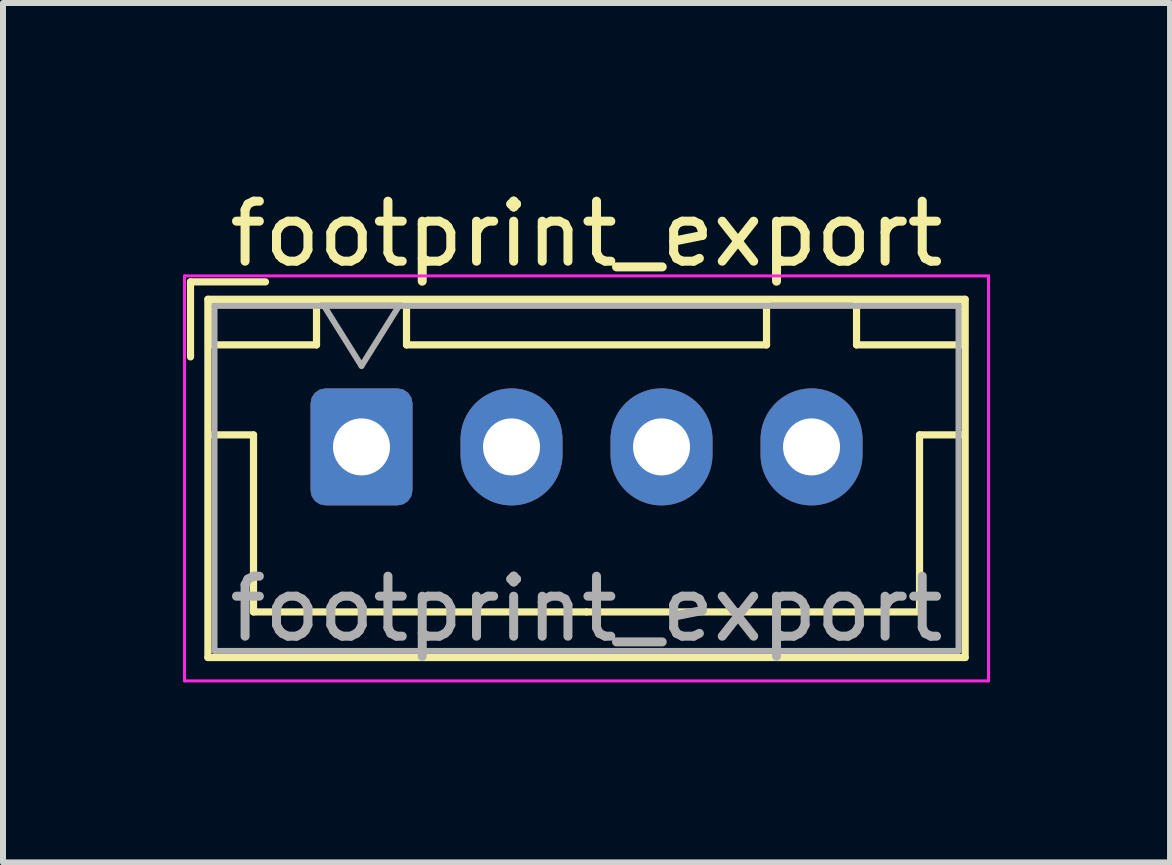
<source format=kicad_pcb>
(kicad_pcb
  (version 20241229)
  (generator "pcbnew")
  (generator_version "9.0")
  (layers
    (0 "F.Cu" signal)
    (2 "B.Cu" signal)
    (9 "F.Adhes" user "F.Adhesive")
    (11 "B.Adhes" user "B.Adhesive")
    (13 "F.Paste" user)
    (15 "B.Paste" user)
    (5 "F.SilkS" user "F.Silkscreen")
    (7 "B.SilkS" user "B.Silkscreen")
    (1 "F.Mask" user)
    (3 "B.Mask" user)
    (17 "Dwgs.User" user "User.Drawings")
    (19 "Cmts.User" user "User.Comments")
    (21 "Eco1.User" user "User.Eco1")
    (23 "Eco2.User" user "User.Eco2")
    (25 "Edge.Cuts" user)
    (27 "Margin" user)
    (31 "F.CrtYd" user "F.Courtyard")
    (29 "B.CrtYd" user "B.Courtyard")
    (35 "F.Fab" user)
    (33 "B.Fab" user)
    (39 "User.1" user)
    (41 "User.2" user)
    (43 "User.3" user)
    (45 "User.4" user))
  (footprint "footprint_export"
    (layer "F.Cu")
    (at 2.975 4.398)
    (property "Reference" "footprint_export" (at 3.75 -3.55 0) (layer "F.SilkS") (effects (font (size 1 1) (thickness 0.15))))
    (attr through_hole)
    (fp_line (start -2.85 -2.75) (end -2.85 -1.5) (stroke (width 0.12) (type solid)) (layer "F.SilkS"))
    (fp_line (start -2.56 -2.46) (end -2.56 3.51) (stroke (width 0.12) (type solid)) (layer "F.SilkS"))
    (fp_line (start -2.56 3.51) (end 10.06 3.51) (stroke (width 0.12) (type solid)) (layer "F.SilkS"))
    (fp_line (start -2.55 -2.45) (end -2.55 -1.7) (stroke (width 0.12) (type solid)) (layer "F.SilkS"))
    (fp_line (start -2.55 -1.7) (end -0.75 -1.7) (stroke (width 0.12) (type solid)) (layer "F.SilkS"))
    (fp_line (start -2.55 -0.2) (end -1.8 -0.2) (stroke (width 0.12) (type solid)) (layer "F.SilkS"))
    (fp_line (start -1.8 -0.2) (end -1.8 2.75) (stroke (width 0.12) (type solid)) (layer "F.SilkS"))
    (fp_line (start -1.8 2.75) (end 3.75 2.75) (stroke (width 0.12) (type solid)) (layer "F.SilkS"))
    (fp_line (start -1.6 -2.75) (end -2.85 -2.75) (stroke (width 0.12) (type solid)) (layer "F.SilkS"))
    (fp_line (start -0.75 -2.45) (end -2.55 -2.45) (stroke (width 0.12) (type solid)) (layer "F.SilkS"))
    (fp_line (start -0.75 -1.7) (end -0.75 -2.45) (stroke (width 0.12) (type solid)) (layer "F.SilkS"))
    (fp_line (start 0.75 -2.45) (end 0.75 -1.7) (stroke (width 0.12) (type solid)) (layer "F.SilkS"))
    (fp_line (start 0.75 -1.7) (end 6.75 -1.7) (stroke (width 0.12) (type solid)) (layer "F.SilkS"))
    (fp_line (start 6.75 -2.45) (end 0.75 -2.45) (stroke (width 0.12) (type solid)) (layer "F.SilkS"))
    (fp_line (start 6.75 -1.7) (end 6.75 -2.45) (stroke (width 0.12) (type solid)) (layer "F.SilkS"))
    (fp_line (start 8.25 -2.45) (end 8.25 -1.7) (stroke (width 0.12) (type solid)) (layer "F.SilkS"))
    (fp_line (start 8.25 -1.7) (end 10.05 -1.7) (stroke (width 0.12) (type solid)) (layer "F.SilkS"))
    (fp_line (start 9.3 -0.2) (end 9.3 2.75) (stroke (width 0.12) (type solid)) (layer "F.SilkS"))
    (fp_line (start 9.3 2.75) (end 3.75 2.75) (stroke (width 0.12) (type solid)) (layer "F.SilkS"))
    (fp_line (start 10.05 -2.45) (end 8.25 -2.45) (stroke (width 0.12) (type solid)) (layer "F.SilkS"))
    (fp_line (start 10.05 -1.7) (end 10.05 -2.45) (stroke (width 0.12) (type solid)) (layer "F.SilkS"))
    (fp_line (start 10.05 -0.2) (end 9.3 -0.2) (stroke (width 0.12) (type solid)) (layer "F.SilkS"))
    (fp_line (start 10.06 -2.46) (end -2.56 -2.46) (stroke (width 0.12) (type solid)) (layer "F.SilkS"))
    (fp_line (start 10.06 3.51) (end 10.06 -2.46) (stroke (width 0.12) (type solid)) (layer "F.SilkS"))
    (fp_line (start -2.95 -2.85) (end -2.95 3.9) (stroke (width 0.05) (type solid)) (layer "F.CrtYd"))
    (fp_line (start -2.95 3.9) (end 10.45 3.9) (stroke (width 0.05) (type solid)) (layer "F.CrtYd"))
    (fp_line (start 10.45 -2.85) (end -2.95 -2.85) (stroke (width 0.05) (type solid)) (layer "F.CrtYd"))
    (fp_line (start 10.45 3.9) (end 10.45 -2.85) (stroke (width 0.05) (type solid)) (layer "F.CrtYd"))
    (fp_line (start -2.45 -2.35) (end -2.45 3.4) (stroke (width 0.1) (type solid)) (layer "F.Fab"))
    (fp_line (start -2.45 3.4) (end 9.95 3.4) (stroke (width 0.1) (type solid)) (layer "F.Fab"))
    (fp_line (start -0.625 -2.35) (end 0 -1.35) (stroke (width 0.1) (type solid)) (layer "F.Fab"))
    (fp_line (start 0 -1.35) (end 0.625 -2.35) (stroke (width 0.1) (type solid)) (layer "F.Fab"))
    (fp_line (start 9.95 -2.35) (end -2.45 -2.35) (stroke (width 0.1) (type solid)) (layer "F.Fab"))
    (fp_line (start 9.95 3.4) (end 9.95 -2.35) (stroke (width 0.1) (type solid)) (layer "F.Fab"))
    (fp_text user "${REFERENCE}" (at 3.75 2.7 0) (layer "F.Fab") (effects (font (size 1 1) (thickness 0.15))))
    (pad "1" thru_hole roundrect (at 0 0) (size 1.7 1.95) (drill 0.95) (layers "*.Cu" "*.Mask") (roundrect_rratio 0.147))
    (pad "2" thru_hole oval (at 2.5 0) (size 1.7 1.95) (drill 0.95) (layers "*.Cu" "*.Mask"))
    (pad "3" thru_hole oval (at 5 0) (size 1.7 1.95) (drill 0.95) (layers "*.Cu" "*.Mask"))
    (pad "4" thru_hole oval (at 7.5 0) (size 1.7 1.95) (drill 0.95) (layers "*.Cu" "*.Mask")))
  (gr_rect
    (start -3 -3)
    (end 16.45 11.323)
    (stroke (width 0.1) (type default))
    (fill no)
    (layer "Edge.Cuts")))
</source>
